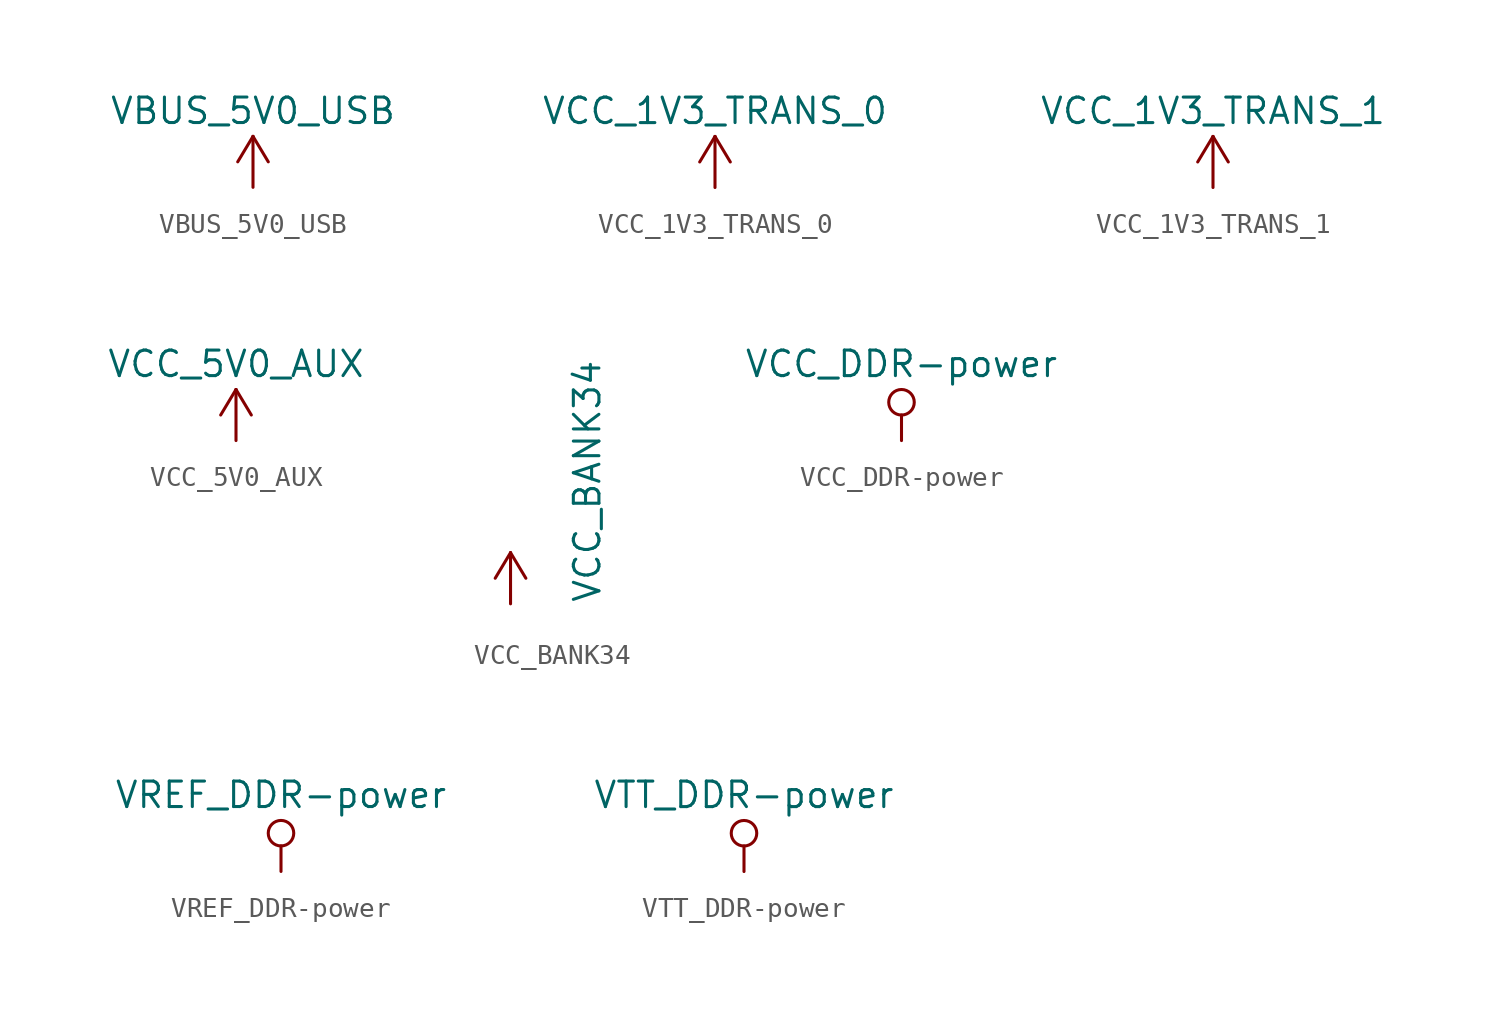
<source format=kicad_sym>
(kicad_symbol_lib
  (version 20220102)
  (generator kicad_symbol_editor)
  (symbol "VBUS_5V0_USB"
    (power)
    (pin_names
      (offset 0))
    (property "Reference" "#PWR0208"
      (at 0 -3.81 0)
      (effects (font (size 1.27 1.27)) hide))
    (property "Value" "VBUS_5V0_USB"
      (at 0 3.81 0)
      (effects (font (size 1.27 1.27))))
    (symbol "VBUS_5V0_USB_0_1"
      (polyline (pts (xy -0.762 1.27) (xy 0 2.54)) (stroke (width 0) (type default)) (fill (type none)))
      (polyline (pts (xy 0 0) (xy 0 2.54)) (stroke (width 0) (type default)) (fill (type none)))
      (polyline (pts (xy 0 2.54) (xy 0.762 1.27)) (stroke (width 0) (type default)) (fill (type none))))
    (symbol "VBUS_5V0_USB_1_1"
      (pin power_in line (at 0 0 180) (length 0) hide (name "VBUS_5V0_USB" (effects (font (size 1.27 1.27)))) (number "1" (effects (font (size 1.27 1.27)))))))
  (symbol "VCC_1V3_TRANS_0"
    (power)
    (pin_names
      (offset 0))
    (property "Reference" "#PWR0224"
      (at 0 -3.81 0)
      (effects (font (size 1.27 1.27)) hide))
    (property "Value" "VCC_1V3_TRANS_0"
      (at 0 3.81 0)
      (effects (font (size 1.27 1.27))))
    (symbol "VCC_1V3_TRANS_0_0_1"
      (polyline (pts (xy -0.762 1.27) (xy 0 2.54)) (stroke (width 0) (type default)) (fill (type none)))
      (polyline (pts (xy 0 0) (xy 0 2.54)) (stroke (width 0) (type default)) (fill (type none)))
      (polyline (pts (xy 0 2.54) (xy 0.762 1.27)) (stroke (width 0) (type default)) (fill (type none))))
    (symbol "VCC_1V3_TRANS_0_1_1"
      (pin power_in line (at 0 0 90) (length 0) hide (name "VCC_1V3_TRANS_0" (effects (font (size 1.27 1.27)))) (number "1" (effects (font (size 1.27 1.27)))))))
  (symbol "VCC_1V3_TRANS_1"
    (power)
    (pin_names
      (offset 0))
    (property "Reference" "#PWR0224"
      (at 0 -3.81 0)
      (effects (font (size 1.27 1.27)) hide))
    (property "Value" "VCC_1V3_TRANS_1"
      (at 0 3.81 0)
      (effects (font (size 1.27 1.27))))
    (symbol "VCC_1V3_TRANS_1_0_1"
      (polyline (pts (xy -0.762 1.27) (xy 0 2.54)) (stroke (width 0) (type default)) (fill (type none)))
      (polyline (pts (xy 0 0) (xy 0 2.54)) (stroke (width 0) (type default)) (fill (type none)))
      (polyline (pts (xy 0 2.54) (xy 0.762 1.27)) (stroke (width 0) (type default)) (fill (type none))))
    (symbol "VCC_1V3_TRANS_1_1_1"
      (pin power_in line (at 0 0 90) (length 0) hide (name "VCC_1V3_TRANS_1" (effects (font (size 1.27 1.27)))) (number "1" (effects (font (size 1.27 1.27)))))))
  (symbol "VCC_5V0_AUX"
    (power)
    (pin_names
      (offset 0))
    (property "Reference" "#PWR0224"
      (at 0 -3.81 0)
      (effects (font (size 1.27 1.27)) hide))
    (property "Value" "VCC_5V0_AUX"
      (at 0 3.81 0)
      (effects (font (size 1.27 1.27))))
    (symbol "VCC_5V0_AUX_0_1"
      (polyline (pts (xy -0.762 1.27) (xy 0 2.54)) (stroke (width 0) (type default)) (fill (type none)))
      (polyline (pts (xy 0 0) (xy 0 2.54)) (stroke (width 0) (type default)) (fill (type none)))
      (polyline (pts (xy 0 2.54) (xy 0.762 1.27)) (stroke (width 0) (type default)) (fill (type none))))
    (symbol "VCC_5V0_AUX_1_1"
      (pin power_in line (at 0 0 90) (length 0) hide (name "VCC_5V0_AUX" (effects (font (size 1.27 1.27)))) (number "1" (effects (font (size 1.27 1.27)))))))
  (symbol "VCC_BANK34"
    (power)
    (pin_names
      (offset 0))
    (property "Reference" "#PWR0136"
      (at 0 -3.81 0)
      (effects (font (size 1.27 1.27)) hide))
    (property "Value" "VCC_BANK34"
      (at 3.81 0 90)
      (effects (font (size 1.27 1.27)) (justify left)))
    (symbol "VCC_BANK34_0_1"
      (polyline (pts (xy -0.762 1.27) (xy 0 2.54)) (stroke (width 0) (type default)) (fill (type none)))
      (polyline (pts (xy 0 0) (xy 0 2.54)) (stroke (width 0) (type default)) (fill (type none)))
      (polyline (pts (xy 0 2.54) (xy 0.762 1.27)) (stroke (width 0) (type default)) (fill (type none))))
    (symbol "VCC_BANK34_1_1"
      (pin power_in line (at 0 0 90) (length 0) hide (name "VCC_BANK34" (effects (font (size 1.27 1.27)))) (number "1" (effects (font (size 1.27 1.27)))))))
  (symbol "VCC_DDR-power"
    (power)
    (pin_names
      (offset 0))
    (property "Reference" "#PWR"
      (at 0 -3.81 0)
      (effects (font (size 1.27 1.27)) hide))
    (property "Value" "VCC_DDR-power"
      (at 0 3.81 0)
      (effects (font (size 1.27 1.27))))
    (symbol "VCC_DDR-power_0_1"
      (polyline (pts (xy 0 0) (xy 0 1.27)) (stroke (width 0) (type default)) (fill (type none)))
      (circle (center 0 1.905) (radius 0.635) (stroke (width 0) (type default)) (fill (type none))))
    (symbol "VCC_DDR-power_1_1"
      (pin power_in line (at 0 0 90) (length 0) hide (name "VCC_DDR" (effects (font (size 1.27 1.27)))) (number "1" (effects (font (size 1.27 1.27)))))))
  (symbol "VREF_DDR-power"
    (power)
    (pin_names
      (offset 0))
    (property "Reference" "#PWR"
      (at 0 -3.81 0)
      (effects (font (size 1.27 1.27)) hide))
    (property "Value" "VREF_DDR-power"
      (at 0 3.81 0)
      (effects (font (size 1.27 1.27))))
    (symbol "VREF_DDR-power_0_1"
      (polyline (pts (xy 0 0) (xy 0 1.27)) (stroke (width 0) (type default)) (fill (type none)))
      (circle (center 0 1.905) (radius 0.635) (stroke (width 0) (type default)) (fill (type none))))
    (symbol "VREF_DDR-power_1_1"
      (pin power_in line (at 0 0 180) (length 0) hide (name "VREF_DDR" (effects (font (size 1.27 1.27)))) (number "1" (effects (font (size 1.27 1.27)))))))
  (symbol "VTT_DDR-power"
    (power)
    (pin_names
      (offset 0))
    (property "Reference" "#PWR"
      (at 0 -3.81 0)
      (effects (font (size 1.27 1.27)) hide))
    (property "Value" "VTT_DDR-power"
      (at 0 3.81 0)
      (effects (font (size 1.27 1.27))))
    (symbol "VTT_DDR-power_0_1"
      (polyline (pts (xy 0 0) (xy 0 1.27)) (stroke (width 0) (type default)) (fill (type none)))
      (circle (center 0 1.905) (radius 0.635) (stroke (width 0) (type default)) (fill (type none))))
    (symbol "VTT_DDR-power_1_1"
      (pin power_in line (at 0 0 90) (length 0) hide (name "VTT_DDR" (effects (font (size 1.27 1.27)))) (number "1" (effects (font (size 1.27 1.27))))))))
</source>
